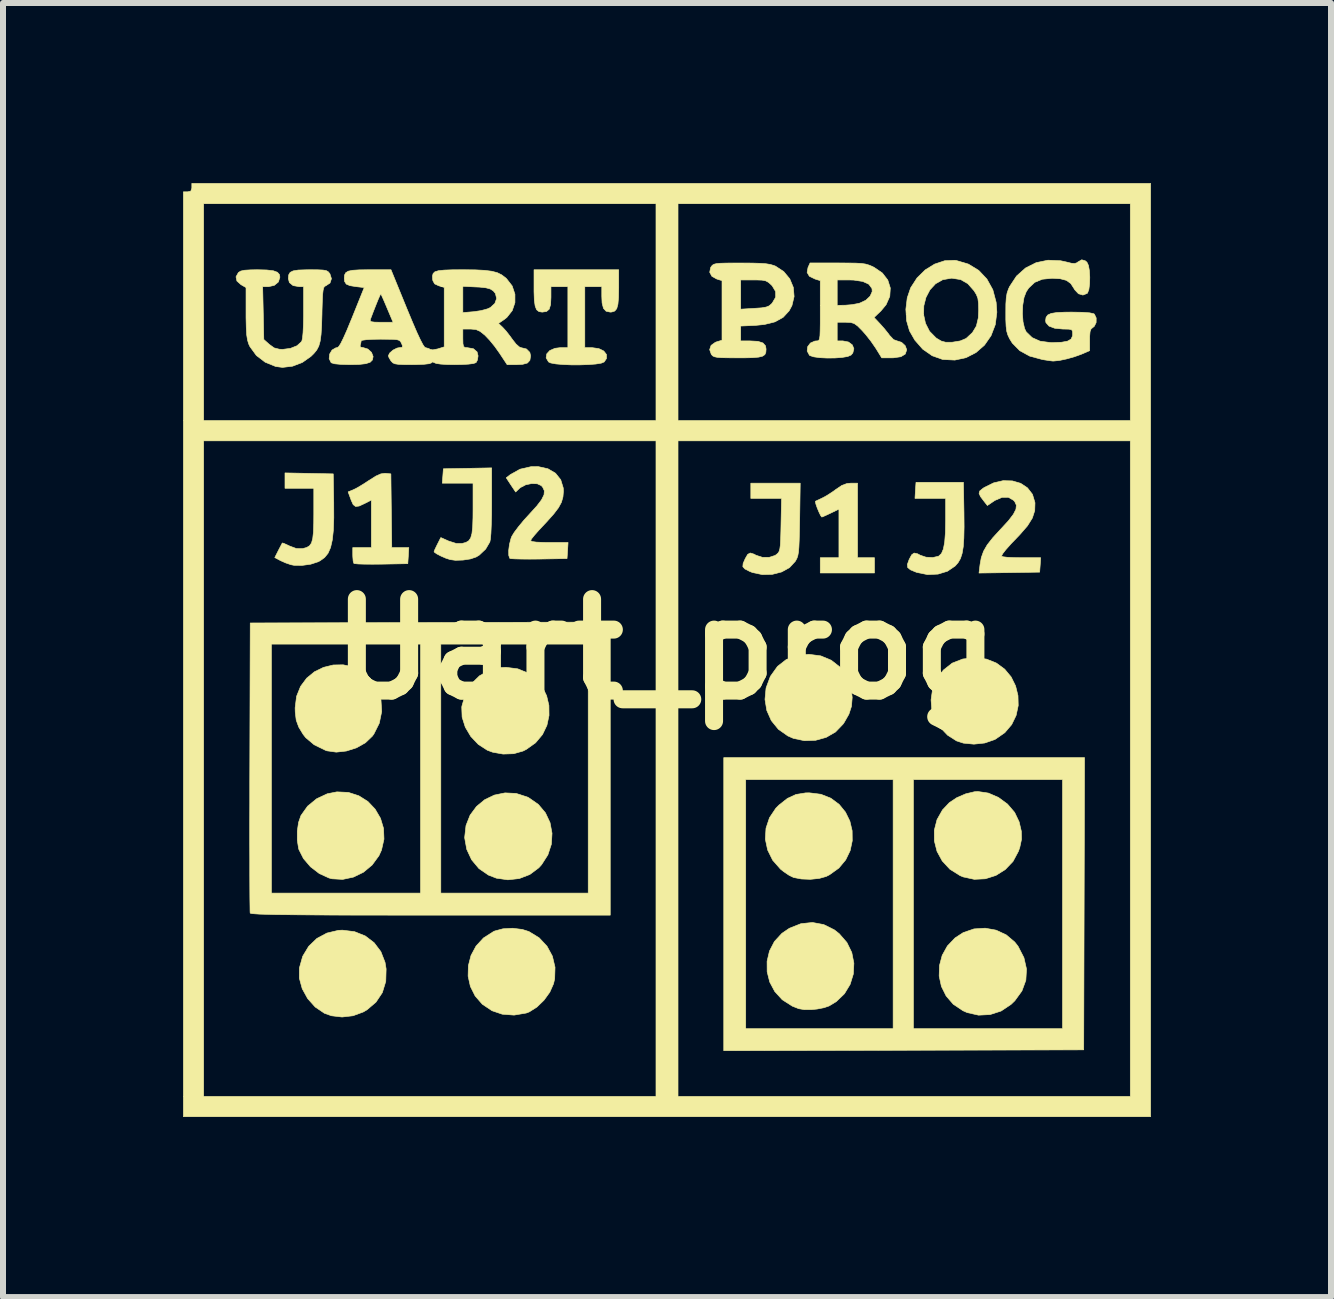
<source format=kicad_pcb>
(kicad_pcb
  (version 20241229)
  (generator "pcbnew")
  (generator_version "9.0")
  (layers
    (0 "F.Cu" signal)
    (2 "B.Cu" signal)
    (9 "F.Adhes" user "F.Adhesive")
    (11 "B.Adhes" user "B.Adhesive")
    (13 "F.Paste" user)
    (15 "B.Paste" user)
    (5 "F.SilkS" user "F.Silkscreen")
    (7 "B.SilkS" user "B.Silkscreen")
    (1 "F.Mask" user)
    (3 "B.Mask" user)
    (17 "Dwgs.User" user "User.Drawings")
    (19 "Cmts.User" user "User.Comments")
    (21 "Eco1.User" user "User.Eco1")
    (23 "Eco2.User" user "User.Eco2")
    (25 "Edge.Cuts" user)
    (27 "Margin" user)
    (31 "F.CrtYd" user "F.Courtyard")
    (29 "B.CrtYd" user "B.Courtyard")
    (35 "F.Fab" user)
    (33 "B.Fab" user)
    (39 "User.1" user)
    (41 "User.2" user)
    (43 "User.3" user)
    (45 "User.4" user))
  (footprint "Uart_prog"
    (layer "F.Cu")
    (at 8.048 7.766)
    (property "Reference" "Uart_prog" (at 0 0 0) (layer "F.SilkS") (effects (font (size 1.524 1.524) (thickness 0.3))))
    (attr through_hole)
    (fp_poly (pts (xy 6.964 4.24) (xy 6.957 6.675) (xy 3.958 6.682) (xy 0.96 6.689) (xy 0.96 2.173) (xy 1.326 2.173) (xy 1.326 6.322) (xy 3.782 6.322) (xy 3.782 2.173) (xy 4.12 2.173) (xy 4.12 6.322) (xy 6.604 6.322) (xy 6.604 2.173) (xy 4.12 2.173) (xy 3.782 2.173) (xy 1.326 2.173) (xy 0.96 2.173) (xy 0.96 1.806) (xy 6.971 1.806) (xy 6.964 4.24)) (stroke (width 0.01) (type solid)) (fill yes) (layer "F.SilkS"))
    (fp_poly (pts (xy -5.191 4.706) (xy -5.013 4.777) (xy -4.865 4.89) (xy -4.753 5.038) (xy -4.683 5.217) (xy -4.665 5.327) (xy -4.671 5.535) (xy -4.728 5.721) (xy -4.834 5.88) (xy -4.984 6.008) (xy -5.048 6.045) (xy -5.217 6.107) (xy -5.399 6.128) (xy -5.576 6.107) (xy -5.692 6.066) (xy -5.847 5.961) (xy -5.973 5.82) (xy -6.063 5.656) (xy -6.111 5.48) (xy -6.11 5.311) (xy -6.055 5.116) (xy -5.955 4.95) (xy -5.819 4.819) (xy -5.651 4.729) (xy -5.46 4.684) (xy -5.392 4.681) (xy -5.191 4.706)) (stroke (width 0.01) (type solid)) (fill yes) (layer "F.SilkS"))
    (fp_poly (pts (xy 5.498 4.681) (xy 5.666 4.759) (xy 5.807 4.878) (xy 5.863 4.949) (xy 5.961 5.139) (xy 6.004 5.329) (xy 5.993 5.516) (xy 5.928 5.693) (xy 5.81 5.856) (xy 5.746 5.918) (xy 5.581 6.028) (xy 5.398 6.087) (xy 5.205 6.097) (xy 5.015 6.054) (xy 4.945 6.023) (xy 4.784 5.915) (xy 4.665 5.777) (xy 4.586 5.618) (xy 4.549 5.446) (xy 4.554 5.271) (xy 4.599 5.101) (xy 4.686 4.944) (xy 4.814 4.81) (xy 4.949 4.722) (xy 5.129 4.66) (xy 5.315 4.648) (xy 5.498 4.681)) (stroke (width 0.01) (type solid)) (fill yes) (layer "F.SilkS"))
    (fp_poly (pts (xy -2.498 2.403) (xy -2.312 2.463) (xy -2.29 2.474) (xy -2.13 2.585) (xy -2.011 2.726) (xy -1.934 2.89) (xy -1.901 3.067) (xy -1.912 3.249) (xy -1.97 3.426) (xy -2.075 3.59) (xy -2.122 3.642) (xy -2.272 3.754) (xy -2.447 3.821) (xy -2.636 3.842) (xy -2.827 3.815) (xy -2.961 3.763) (xy -3.118 3.655) (xy -3.241 3.508) (xy -3.322 3.334) (xy -3.356 3.145) (xy -3.356 3.131) (xy -3.334 2.937) (xy -3.266 2.765) (xy -3.159 2.62) (xy -3.022 2.507) (xy -2.861 2.43) (xy -2.684 2.394) (xy -2.498 2.403)) (stroke (width 0.01) (type solid)) (fill yes) (layer "F.SilkS"))
    (fp_poly (pts (xy 2.576 0.111) (xy 2.751 0.184) (xy 2.898 0.299) (xy 3.009 0.448) (xy 3.079 0.625) (xy 3.1 0.804) (xy 3.088 0.951) (xy 3.045 1.083) (xy 2.965 1.223) (xy 2.946 1.25) (xy 2.822 1.379) (xy 2.666 1.469) (xy 2.489 1.518) (xy 2.303 1.524) (xy 2.119 1.485) (xy 2.028 1.445) (xy 1.87 1.334) (xy 1.752 1.189) (xy 1.677 1.02) (xy 1.647 0.836) (xy 1.665 0.646) (xy 1.734 0.46) (xy 1.741 0.447) (xy 1.856 0.286) (xy 2.002 0.172) (xy 2.18 0.105) (xy 2.378 0.085) (xy 2.576 0.111)) (stroke (width 0.01) (type solid)) (fill yes) (layer "F.SilkS"))
    (fp_poly (pts (xy 3.189 -1.524) (xy 3.471 -1.524) (xy 3.471 -1.27) (xy 2.568 -1.27) (xy 2.568 -1.524) (xy 2.879 -1.524) (xy 2.879 -2.334) (xy 2.745 -2.269) (xy 2.666 -2.232) (xy 2.61 -2.207) (xy 2.593 -2.202) (xy 2.575 -2.225) (xy 2.548 -2.281) (xy 2.518 -2.352) (xy 2.495 -2.418) (xy 2.486 -2.46) (xy 2.488 -2.465) (xy 2.517 -2.479) (xy 2.579 -2.508) (xy 2.596 -2.516) (xy 2.676 -2.559) (xy 2.772 -2.621) (xy 2.83 -2.663) (xy 2.928 -2.729) (xy 3.012 -2.76) (xy 3.076 -2.766) (xy 3.189 -2.766) (xy 3.189 -1.524)) (stroke (width 0.01) (type solid)) (fill yes) (layer "F.SilkS"))
    (fp_poly (pts (xy 5.338 0.165) (xy 5.504 0.232) (xy 5.641 0.333) (xy 5.748 0.462) (xy 5.822 0.612) (xy 5.862 0.773) (xy 5.866 0.939) (xy 5.831 1.103) (xy 5.757 1.256) (xy 5.642 1.391) (xy 5.483 1.501) (xy 5.47 1.507) (xy 5.307 1.563) (xy 5.128 1.582) (xy 4.953 1.565) (xy 4.839 1.528) (xy 4.69 1.433) (xy 4.559 1.296) (xy 4.48 1.175) (xy 4.427 1.02) (xy 4.414 0.844) (xy 4.439 0.667) (xy 4.499 0.515) (xy 4.618 0.349) (xy 4.766 0.232) (xy 4.943 0.163) (xy 5.144 0.141) (xy 5.338 0.165)) (stroke (width 0.01) (type solid)) (fill yes) (layer "F.SilkS"))
    (fp_poly (pts (xy -5.293 2.386) (xy -5.12 2.442) (xy -4.969 2.537) (xy -4.848 2.665) (xy -4.759 2.817) (xy -4.708 2.986) (xy -4.701 3.165) (xy -4.742 3.346) (xy -4.785 3.441) (xy -4.898 3.595) (xy -5.043 3.716) (xy -5.21 3.797) (xy -5.388 3.835) (xy -5.566 3.825) (xy -5.616 3.812) (xy -5.778 3.738) (xy -5.924 3.626) (xy -6.042 3.488) (xy -6.118 3.338) (xy -6.124 3.316) (xy -6.145 3.182) (xy -6.145 3.031) (xy -6.124 2.886) (xy -6.084 2.771) (xy -5.973 2.615) (xy -5.823 2.492) (xy -5.646 2.409) (xy -5.485 2.377) (xy -5.293 2.386)) (stroke (width 0.01) (type solid)) (fill yes) (layer "F.SilkS"))
    (fp_poly (pts (xy -2.472 0.327) (xy -2.306 0.395) (xy -2.169 0.497) (xy -2.064 0.626) (xy -1.991 0.776) (xy -1.953 0.937) (xy -1.951 1.104) (xy -1.986 1.268) (xy -2.06 1.422) (xy -2.175 1.559) (xy -2.331 1.67) (xy -2.385 1.697) (xy -2.54 1.741) (xy -2.716 1.747) (xy -2.89 1.716) (xy -2.979 1.683) (xy -3.129 1.586) (xy -3.254 1.454) (xy -3.346 1.299) (xy -3.399 1.132) (xy -3.405 0.967) (xy -3.403 0.95) (xy -3.345 0.748) (xy -3.246 0.577) (xy -3.11 0.444) (xy -2.944 0.351) (xy -2.752 0.306) (xy -2.667 0.302) (xy -2.472 0.327)) (stroke (width 0.01) (type solid)) (fill yes) (layer "F.SilkS"))
    (fp_poly (pts (xy -2.396 4.669) (xy -2.286 4.704) (xy -2.116 4.808) (xy -1.985 4.948) (xy -1.895 5.114) (xy -1.851 5.299) (xy -1.857 5.492) (xy -1.876 5.574) (xy -1.938 5.714) (xy -2.035 5.848) (xy -2.154 5.963) (xy -2.281 6.043) (xy -2.332 6.062) (xy -2.533 6.096) (xy -2.73 6.081) (xy -2.901 6.023) (xy -3.062 5.915) (xy -3.182 5.777) (xy -3.261 5.619) (xy -3.299 5.448) (xy -3.295 5.273) (xy -3.251 5.103) (xy -3.167 4.946) (xy -3.043 4.811) (xy -2.879 4.706) (xy -2.856 4.695) (xy -2.718 4.658) (xy -2.557 4.649) (xy -2.396 4.669)) (stroke (width 0.01) (type solid)) (fill yes) (layer "F.SilkS"))
    (fp_poly (pts (xy 2.626 4.588) (xy 2.803 4.676) (xy 2.884 4.74) (xy 3.012 4.887) (xy 3.093 5.053) (xy 3.128 5.231) (xy 3.119 5.411) (xy 3.066 5.583) (xy 2.971 5.74) (xy 2.835 5.871) (xy 2.714 5.944) (xy 2.629 5.973) (xy 2.516 5.995) (xy 2.427 6.004) (xy 2.305 6.005) (xy 2.209 5.989) (xy 2.11 5.95) (xy 2.101 5.946) (xy 1.935 5.84) (xy 1.81 5.703) (xy 1.726 5.545) (xy 1.683 5.374) (xy 1.682 5.199) (xy 1.722 5.028) (xy 1.804 4.87) (xy 1.929 4.734) (xy 2.054 4.649) (xy 2.246 4.573) (xy 2.438 4.553) (xy 2.626 4.588)) (stroke (width 0.01) (type solid)) (fill yes) (layer "F.SilkS"))
    (fp_poly (pts (xy 5.369 2.397) (xy 5.537 2.47) (xy 5.687 2.58) (xy 5.806 2.719) (xy 5.882 2.878) (xy 5.882 2.88) (xy 5.918 3.034) (xy 5.921 3.167) (xy 5.892 3.302) (xy 5.87 3.366) (xy 5.779 3.536) (xy 5.65 3.671) (xy 5.494 3.769) (xy 5.318 3.825) (xy 5.134 3.834) (xy 4.95 3.794) (xy 4.897 3.772) (xy 4.728 3.666) (xy 4.6 3.528) (xy 4.513 3.368) (xy 4.469 3.194) (xy 4.468 3.016) (xy 4.513 2.84) (xy 4.604 2.678) (xy 4.718 2.557) (xy 4.842 2.474) (xy 4.99 2.41) (xy 5.136 2.375) (xy 5.193 2.371) (xy 5.369 2.397)) (stroke (width 0.01) (type solid)) (fill yes) (layer "F.SilkS"))
    (fp_poly (pts (xy -5.217 0.295) (xy -5.064 0.369) (xy -4.929 0.484) (xy -4.82 0.643) (xy -4.814 0.655) (xy -4.751 0.843) (xy -4.739 1.039) (xy -4.779 1.233) (xy -4.869 1.413) (xy -4.895 1.449) (xy -5.01 1.559) (xy -5.159 1.643) (xy -5.326 1.696) (xy -5.496 1.715) (xy -5.652 1.693) (xy -5.676 1.684) (xy -5.864 1.592) (xy -6.005 1.473) (xy -6.048 1.418) (xy -6.121 1.297) (xy -6.163 1.182) (xy -6.179 1.049) (xy -6.181 0.977) (xy -6.157 0.785) (xy -6.09 0.619) (xy -5.988 0.482) (xy -5.859 0.376) (xy -5.709 0.303) (xy -5.547 0.263) (xy -5.381 0.26) (xy -5.217 0.295)) (stroke (width 0.01) (type solid)) (fill yes) (layer "F.SilkS"))
    (fp_poly (pts (xy 2.579 2.417) (xy 2.746 2.484) (xy 2.883 2.586) (xy 2.988 2.715) (xy 3.061 2.864) (xy 3.099 3.025) (xy 3.101 3.192) (xy 3.066 3.356) (xy 2.992 3.509) (xy 2.878 3.646) (xy 2.722 3.758) (xy 2.667 3.786) (xy 2.55 3.819) (xy 2.403 3.834) (xy 2.252 3.828) (xy 2.123 3.803) (xy 2.049 3.767) (xy 1.96 3.707) (xy 1.906 3.664) (xy 1.775 3.515) (xy 1.691 3.345) (xy 1.653 3.165) (xy 1.664 2.982) (xy 1.722 2.808) (xy 1.828 2.649) (xy 1.88 2.597) (xy 2.022 2.485) (xy 2.164 2.42) (xy 2.324 2.394) (xy 2.385 2.393) (xy 2.579 2.417)) (stroke (width 0.01) (type solid)) (fill yes) (layer "F.SilkS"))
    (fp_poly (pts (xy -4.675 -2.93) (xy -4.586 -2.921) (xy -4.571 -1.693) (xy -4.287 -1.693) (xy -4.295 -1.559) (xy -4.304 -1.425) (xy -4.743 -1.417) (xy -4.895 -1.416) (xy -5.027 -1.417) (xy -5.128 -1.42) (xy -5.189 -1.426) (xy -5.202 -1.429) (xy -5.214 -1.467) (xy -5.22 -1.54) (xy -5.221 -1.571) (xy -5.221 -1.693) (xy -4.911 -1.693) (xy -4.911 -2.485) (xy -5.022 -2.428) (xy -5.115 -2.385) (xy -5.174 -2.378) (xy -5.214 -2.409) (xy -5.248 -2.484) (xy -5.252 -2.496) (xy -5.298 -2.621) (xy -5.21 -2.657) (xy -5.143 -2.691) (xy -5.05 -2.747) (xy -4.95 -2.812) (xy -4.943 -2.816) (xy -4.834 -2.885) (xy -4.753 -2.921) (xy -4.687 -2.93) (xy -4.675 -2.93)) (stroke (width 0.01) (type solid)) (fill yes) (layer "F.SilkS"))
    (fp_poly (pts (xy 8.072 7.789) (xy -8.043 7.789) (xy -8.043 -3.471) (xy -7.705 -3.471) (xy -7.705 7.451) (xy -0.169 7.451) (xy -0.169 -3.471) (xy 0.198 -3.471) (xy 0.198 7.451) (xy 7.733 7.451) (xy 7.733 -3.471) (xy 0.198 -3.471) (xy -0.169 -3.471) (xy -7.705 -3.471) (xy -8.043 -3.471) (xy -8.043 -7.422) (xy -7.705 -7.422) (xy -7.705 -3.81) (xy -0.169 -3.81) (xy -0.169 -7.422) (xy 0.198 -7.422) (xy 0.198 -3.81) (xy 7.733 -3.81) (xy 7.733 -7.422) (xy 0.198 -7.422) (xy -0.169 -7.422) (xy -7.705 -7.422) (xy -8.043 -7.422) (xy -8.043 -7.62) (xy -7.973 -7.62) (xy -7.919 -7.632) (xy -7.903 -7.678) (xy -7.902 -7.691) (xy -7.902 -7.761) (xy 8.072 -7.761) (xy 8.072 7.789)) (stroke (width 0.01) (type solid)) (fill yes) (layer "F.SilkS"))
    (fp_poly (pts (xy 4.962 -2.272) (xy 4.964 -2.037) (xy 4.96 -1.852) (xy 4.95 -1.707) (xy 4.931 -1.595) (xy 4.903 -1.509) (xy 4.864 -1.442) (xy 4.816 -1.387) (xy 4.687 -1.299) (xy 4.529 -1.251) (xy 4.355 -1.243) (xy 4.178 -1.279) (xy 4.166 -1.283) (xy 4.072 -1.322) (xy 4.025 -1.36) (xy 4.019 -1.412) (xy 4.047 -1.489) (xy 4.049 -1.495) (xy 4.091 -1.573) (xy 4.132 -1.602) (xy 4.188 -1.59) (xy 4.233 -1.566) (xy 4.33 -1.533) (xy 4.442 -1.527) (xy 4.537 -1.549) (xy 4.544 -1.553) (xy 4.587 -1.594) (xy 4.619 -1.669) (xy 4.641 -1.784) (xy 4.653 -1.944) (xy 4.657 -2.152) (xy 4.657 -2.512) (xy 4.146 -2.512) (xy 4.154 -2.646) (xy 4.163 -2.78) (xy 4.953 -2.78) (xy 4.962 -2.272)) (stroke (width 0.01) (type solid)) (fill yes) (layer "F.SilkS"))
    (fp_poly (pts (xy -2.907 -2.444) (xy -2.908 -2.244) (xy -2.913 -2.07) (xy -2.919 -1.93) (xy -2.928 -1.832) (xy -2.937 -1.787) (xy -3.007 -1.668) (xy -3.113 -1.568) (xy -3.164 -1.537) (xy -3.26 -1.504) (xy -3.384 -1.485) (xy -3.51 -1.481) (xy -3.598 -1.493) (xy -3.672 -1.517) (xy -3.752 -1.552) (xy -3.821 -1.588) (xy -3.862 -1.617) (xy -3.866 -1.625) (xy -3.855 -1.656) (xy -3.825 -1.719) (xy -3.81 -1.749) (xy -3.754 -1.86) (xy -3.624 -1.802) (xy -3.498 -1.762) (xy -3.399 -1.762) (xy -3.335 -1.779) (xy -3.288 -1.807) (xy -3.256 -1.854) (xy -3.235 -1.928) (xy -3.223 -2.037) (xy -3.218 -2.189) (xy -3.217 -2.335) (xy -3.217 -2.766) (xy -3.729 -2.766) (xy -3.72 -2.886) (xy -3.711 -3.006) (xy -3.309 -3.013) (xy -2.907 -3.021) (xy -2.907 -2.444)) (stroke (width 0.01) (type solid)) (fill yes) (layer "F.SilkS"))
    (fp_poly (pts (xy 2.225 -2.166) (xy 2.221 -1.966) (xy 2.217 -1.814) (xy 2.212 -1.702) (xy 2.205 -1.621) (xy 2.195 -1.563) (xy 2.181 -1.519) (xy 2.162 -1.482) (xy 2.151 -1.463) (xy 2.055 -1.359) (xy 1.924 -1.287) (xy 1.769 -1.247) (xy 1.603 -1.243) (xy 1.44 -1.277) (xy 1.39 -1.297) (xy 1.312 -1.337) (xy 1.278 -1.375) (xy 1.283 -1.429) (xy 1.318 -1.509) (xy 1.359 -1.58) (xy 1.402 -1.603) (xy 1.464 -1.584) (xy 1.496 -1.566) (xy 1.601 -1.531) (xy 1.715 -1.53) (xy 1.815 -1.562) (xy 1.838 -1.578) (xy 1.864 -1.601) (xy 1.882 -1.629) (xy 1.894 -1.67) (xy 1.903 -1.735) (xy 1.908 -1.833) (xy 1.912 -1.973) (xy 1.914 -2.072) (xy 1.923 -2.512) (xy 1.411 -2.512) (xy 1.411 -2.766) (xy 2.234 -2.766) (xy 2.225 -2.166)) (stroke (width 0.01) (type solid)) (fill yes) (layer "F.SilkS"))
    (fp_poly (pts (xy -5.948 -2.929) (xy -5.546 -2.921) (xy -5.538 -2.444) (xy -5.537 -2.188) (xy -5.544 -1.982) (xy -5.562 -1.819) (xy -5.591 -1.693) (xy -5.633 -1.598) (xy -5.691 -1.527) (xy -5.766 -1.473) (xy -5.799 -1.456) (xy -5.922 -1.416) (xy -6.066 -1.396) (xy -6.201 -1.398) (xy -6.251 -1.408) (xy -6.337 -1.437) (xy -6.427 -1.477) (xy -6.428 -1.478) (xy -6.52 -1.526) (xy -6.46 -1.645) (xy -6.423 -1.716) (xy -6.399 -1.762) (xy -6.394 -1.77) (xy -6.369 -1.763) (xy -6.309 -1.736) (xy -6.271 -1.718) (xy -6.16 -1.677) (xy -6.062 -1.676) (xy -6.054 -1.677) (xy -5.99 -1.694) (xy -5.942 -1.722) (xy -5.909 -1.768) (xy -5.888 -1.842) (xy -5.876 -1.95) (xy -5.871 -2.1) (xy -5.87 -2.25) (xy -5.87 -2.681) (xy -6.35 -2.681) (xy -6.35 -2.937) (xy -5.948 -2.929)) (stroke (width 0.01) (type solid)) (fill yes) (layer "F.SilkS"))
    (fp_poly (pts (xy -0.931 4.431) (xy -3.924 4.431) (xy -4.418 4.431) (xy -4.859 4.43) (xy -5.249 4.43) (xy -5.59 4.429) (xy -5.885 4.427) (xy -6.138 4.425) (xy -6.35 4.423) (xy -6.524 4.421) (xy -6.664 4.417) (xy -6.771 4.414) (xy -6.848 4.409) (xy -6.898 4.405) (xy -6.925 4.399) (xy -6.93 4.396) (xy -6.932 4.363) (xy -6.933 4.277) (xy -6.935 4.144) (xy -6.936 3.967) (xy -6.937 3.75) (xy -6.937 3.497) (xy -6.938 3.214) (xy -6.938 2.902) (xy -6.937 2.568) (xy -6.937 2.215) (xy -6.936 1.961) (xy -6.93 -0.085) (xy -6.576 -0.085) (xy -6.576 4.064) (xy -4.092 4.064) (xy -4.092 -0.085) (xy -3.754 -0.085) (xy -3.754 4.064) (xy -1.298 4.064) (xy -1.298 -0.085) (xy -3.754 -0.085) (xy -4.092 -0.085) (xy -6.576 -0.085) (xy -6.93 -0.085) (xy -6.929 -0.437) (xy -3.93 -0.445) (xy -0.931 -0.452) (xy -0.931 4.431)) (stroke (width 0.01) (type solid)) (fill yes) (layer "F.SilkS"))
    (fp_poly (pts (xy -0.79 -6.024) (xy -0.793 -5.862) (xy -0.803 -5.748) (xy -0.823 -5.674) (xy -0.856 -5.634) (xy -0.905 -5.618) (xy -0.931 -5.616) (xy -1 -5.631) (xy -1.044 -5.679) (xy -1.067 -5.768) (xy -1.072 -5.882) (xy -1.072 -6.04) (xy -1.355 -6.04) (xy -1.355 -5.024) (xy -1.234 -5.024) (xy -1.121 -5.008) (xy -1.039 -4.968) (xy -0.994 -4.91) (xy -0.994 -4.843) (xy -1.032 -4.786) (xy -1.08 -4.766) (xy -1.172 -4.751) (xy -1.294 -4.742) (xy -1.435 -4.737) (xy -1.581 -4.737) (xy -1.719 -4.743) (xy -1.837 -4.753) (xy -1.923 -4.769) (xy -1.959 -4.786) (xy -1.999 -4.854) (xy -1.989 -4.92) (xy -1.938 -4.976) (xy -1.852 -5.013) (xy -1.764 -5.024) (xy -1.637 -5.024) (xy -1.637 -6.04) (xy -1.919 -6.04) (xy -1.919 -5.862) (xy -1.925 -5.741) (xy -1.948 -5.665) (xy -1.992 -5.627) (xy -2.064 -5.616) (xy -2.065 -5.616) (xy -2.119 -5.625) (xy -2.158 -5.656) (xy -2.182 -5.717) (xy -2.196 -5.815) (xy -2.201 -5.96) (xy -2.201 -6.024) (xy -2.201 -6.322) (xy -0.79 -6.322) (xy -0.79 -6.024)) (stroke (width 0.01) (type solid)) (fill yes) (layer "F.SilkS"))
    (fp_poly (pts (xy 5.768 -2.804) (xy 5.906 -2.764) (xy 6.02 -2.688) (xy 6.103 -2.581) (xy 6.144 -2.445) (xy 6.145 -2.434) (xy 6.141 -2.308) (xy 6.101 -2.185) (xy 6.02 -2.055) (xy 5.893 -1.909) (xy 5.88 -1.895) (xy 5.75 -1.76) (xy 5.66 -1.659) (xy 5.607 -1.591) (xy 5.588 -1.552) (xy 5.588 -1.55) (xy 5.614 -1.54) (xy 5.686 -1.531) (xy 5.793 -1.526) (xy 5.914 -1.524) (xy 6.24 -1.524) (xy 6.232 -1.404) (xy 6.223 -1.284) (xy 5.718 -1.276) (xy 5.213 -1.269) (xy 5.23 -1.41) (xy 5.251 -1.527) (xy 5.289 -1.633) (xy 5.35 -1.739) (xy 5.442 -1.856) (xy 5.571 -1.997) (xy 5.58 -2.006) (xy 5.704 -2.141) (xy 5.785 -2.247) (xy 5.828 -2.331) (xy 5.835 -2.399) (xy 5.809 -2.457) (xy 5.788 -2.481) (xy 5.702 -2.531) (xy 5.596 -2.53) (xy 5.478 -2.479) (xy 5.46 -2.467) (xy 5.352 -2.394) (xy 5.3 -2.46) (xy 5.238 -2.542) (xy 5.214 -2.596) (xy 5.225 -2.636) (xy 5.274 -2.676) (xy 5.298 -2.693) (xy 5.456 -2.771) (xy 5.615 -2.808) (xy 5.768 -2.804)) (stroke (width 0.01) (type solid)) (fill yes) (layer "F.SilkS"))
    (fp_poly (pts (xy -1.969 -3.006) (xy -1.843 -2.932) (xy -1.756 -2.823) (xy -1.714 -2.686) (xy -1.711 -2.632) (xy -1.719 -2.537) (xy -1.744 -2.449) (xy -1.793 -2.358) (xy -1.872 -2.254) (xy -1.986 -2.126) (xy -2.034 -2.075) (xy -2.123 -1.98) (xy -2.195 -1.898) (xy -2.243 -1.838) (xy -2.258 -1.81) (xy -2.234 -1.794) (xy -2.162 -1.784) (xy -2.038 -1.779) (xy -1.946 -1.778) (xy -1.634 -1.778) (xy -1.642 -1.644) (xy -1.651 -1.51) (xy -2.118 -1.502) (xy -2.275 -1.501) (xy -2.412 -1.502) (xy -2.519 -1.505) (xy -2.587 -1.509) (xy -2.605 -1.514) (xy -2.622 -1.563) (xy -2.623 -1.647) (xy -2.61 -1.747) (xy -2.585 -1.844) (xy -2.571 -1.88) (xy -2.53 -1.947) (xy -2.46 -2.04) (xy -2.37 -2.149) (xy -2.275 -2.253) (xy -2.154 -2.386) (xy -2.075 -2.49) (xy -2.034 -2.573) (xy -2.029 -2.64) (xy -2.056 -2.698) (xy -2.079 -2.725) (xy -2.146 -2.756) (xy -2.24 -2.76) (xy -2.34 -2.739) (xy -2.426 -2.694) (xy -2.441 -2.682) (xy -2.507 -2.619) (xy -2.586 -2.737) (xy -2.664 -2.856) (xy -2.595 -2.909) (xy -2.434 -2.999) (xy -2.251 -3.041) (xy -2.13 -3.042) (xy -1.969 -3.006)) (stroke (width 0.01) (type solid)) (fill yes) (layer "F.SilkS"))
    (fp_poly (pts (xy 4.834 -6.476) (xy 5.036 -6.416) (xy 5.208 -6.311) (xy 5.344 -6.167) (xy 5.443 -5.988) (xy 5.498 -5.78) (xy 5.51 -5.614) (xy 5.484 -5.408) (xy 5.413 -5.223) (xy 5.304 -5.066) (xy 5.162 -4.942) (xy 4.996 -4.857) (xy 4.81 -4.817) (xy 4.613 -4.827) (xy 4.605 -4.828) (xy 4.433 -4.889) (xy 4.275 -4.999) (xy 4.143 -5.15) (xy 4.055 -5.304) (xy 4.006 -5.473) (xy 4 -5.573) (xy 4.29 -5.573) (xy 4.321 -5.429) (xy 4.388 -5.297) (xy 4.495 -5.188) (xy 4.512 -5.176) (xy 4.585 -5.133) (xy 4.657 -5.114) (xy 4.755 -5.114) (xy 4.771 -5.115) (xy 4.9 -5.136) (xy 4.995 -5.176) (xy 5.001 -5.18) (xy 5.104 -5.276) (xy 5.169 -5.384) (xy 5.201 -5.52) (xy 5.207 -5.645) (xy 5.204 -5.763) (xy 5.194 -5.844) (xy 5.17 -5.907) (xy 5.13 -5.972) (xy 5.026 -6.09) (xy 4.907 -6.158) (xy 4.762 -6.181) (xy 4.751 -6.181) (xy 4.608 -6.156) (xy 4.488 -6.088) (xy 4.395 -5.987) (xy 4.329 -5.861) (xy 4.293 -5.72) (xy 4.29 -5.573) (xy 4 -5.573) (xy 3.994 -5.663) (xy 4.017 -5.853) (xy 4.074 -6.021) (xy 4.18 -6.185) (xy 4.316 -6.319) (xy 4.473 -6.416) (xy 4.641 -6.472) (xy 4.809 -6.479) (xy 4.834 -6.476)) (stroke (width 0.01) (type solid)) (fill yes) (layer "F.SilkS"))
    (fp_poly (pts (xy 1.25 -6.434) (xy 1.431 -6.433) (xy 1.565 -6.429) (xy 1.663 -6.422) (xy 1.736 -6.41) (xy 1.793 -6.393) (xy 1.822 -6.382) (xy 1.96 -6.291) (xy 2.06 -6.17) (xy 2.119 -6.028) (xy 2.132 -5.876) (xy 2.096 -5.725) (xy 2.049 -5.637) (xy 1.949 -5.529) (xy 1.814 -5.454) (xy 1.638 -5.41) (xy 1.489 -5.395) (xy 1.242 -5.384) (xy 1.242 -5.136) (xy 1.399 -5.136) (xy 1.53 -5.129) (xy 1.613 -5.102) (xy 1.656 -5.054) (xy 1.665 -5) (xy 1.661 -4.946) (xy 1.645 -4.908) (xy 1.607 -4.882) (xy 1.541 -4.866) (xy 1.438 -4.857) (xy 1.29 -4.854) (xy 1.195 -4.854) (xy 1.036 -4.855) (xy 0.924 -4.857) (xy 0.85 -4.863) (xy 0.803 -4.873) (xy 0.774 -4.888) (xy 0.754 -4.911) (xy 0.752 -4.914) (xy 0.725 -4.991) (xy 0.749 -5.062) (xy 0.82 -5.113) (xy 0.842 -5.121) (xy 0.931 -5.148) (xy 0.931 -6.141) (xy 0.893 -6.152) (xy 1.242 -6.152) (xy 1.242 -5.665) (xy 1.472 -5.679) (xy 1.59 -5.687) (xy 1.666 -5.7) (xy 1.716 -5.72) (xy 1.755 -5.753) (xy 1.769 -5.769) (xy 1.825 -5.865) (xy 1.824 -5.959) (xy 1.768 -6.053) (xy 1.752 -6.07) (xy 1.705 -6.112) (xy 1.659 -6.137) (xy 1.596 -6.149) (xy 1.5 -6.152) (xy 1.456 -6.152) (xy 1.242 -6.152) (xy 0.893 -6.152) (xy 0.842 -6.168) (xy 0.762 -6.213) (xy 0.726 -6.28) (xy 0.741 -6.357) (xy 0.752 -6.375) (xy 0.77 -6.397) (xy 0.796 -6.413) (xy 0.837 -6.424) (xy 0.903 -6.43) (xy 1.002 -6.433) (xy 1.144 -6.434) (xy 1.25 -6.434)) (stroke (width 0.01) (type solid)) (fill yes) (layer "F.SilkS"))
    (fp_poly (pts (xy -5.804 -6.321) (xy -5.718 -6.317) (xy -5.664 -6.308) (xy -5.631 -6.29) (xy -5.607 -6.262) (xy -5.601 -6.253) (xy -5.576 -6.173) (xy -5.6 -6.101) (xy -5.669 -6.055) (xy -5.67 -6.055) (xy -5.69 -6.044) (xy -5.705 -6.022) (xy -5.715 -5.979) (xy -5.723 -5.908) (xy -5.728 -5.8) (xy -5.733 -5.647) (xy -5.734 -5.58) (xy -5.74 -5.388) (xy -5.749 -5.242) (xy -5.764 -5.132) (xy -5.787 -5.05) (xy -5.821 -4.985) (xy -5.869 -4.926) (xy -5.917 -4.879) (xy -6.06 -4.778) (xy -6.224 -4.715) (xy -6.391 -4.695) (xy -6.505 -4.71) (xy -6.681 -4.782) (xy -6.827 -4.894) (xy -6.934 -5.041) (xy -6.955 -5.086) (xy -6.974 -5.149) (xy -6.988 -5.237) (xy -6.995 -5.36) (xy -6.999 -5.526) (xy -6.999 -5.608) (xy -6.999 -6.025) (xy -7.084 -6.074) (xy -7.151 -6.134) (xy -7.166 -6.204) (xy -7.126 -6.276) (xy -7.124 -6.277) (xy -7.087 -6.3) (xy -7.024 -6.314) (xy -6.923 -6.32) (xy -6.812 -6.322) (xy -6.654 -6.318) (xy -6.544 -6.305) (xy -6.476 -6.28) (xy -6.442 -6.241) (xy -6.435 -6.198) (xy -6.46 -6.118) (xy -6.528 -6.062) (xy -6.625 -6.04) (xy -6.63 -6.04) (xy -6.722 -6.04) (xy -6.712 -5.6) (xy -6.703 -5.16) (xy -6.611 -5.078) (xy -6.531 -5.02) (xy -6.445 -4.998) (xy -6.39 -4.995) (xy -6.259 -5.012) (xy -6.149 -5.056) (xy -6.076 -5.123) (xy -6.069 -5.135) (xy -6.058 -5.182) (xy -6.049 -5.275) (xy -6.043 -5.402) (xy -6.04 -5.552) (xy -6.04 -5.614) (xy -6.04 -6.04) (xy -6.112 -6.04) (xy -6.215 -6.058) (xy -6.277 -6.109) (xy -6.294 -6.176) (xy -6.288 -6.237) (xy -6.264 -6.278) (xy -6.214 -6.303) (xy -6.129 -6.317) (xy -6 -6.321) (xy -5.936 -6.322) (xy -5.804 -6.321)) (stroke (width 0.01) (type solid)) (fill yes) (layer "F.SilkS"))
    (fp_poly (pts (xy 3.032 -6.434) (xy 3.159 -6.432) (xy 3.252 -6.427) (xy 3.321 -6.417) (xy 3.376 -6.401) (xy 3.43 -6.379) (xy 3.463 -6.363) (xy 3.602 -6.268) (xy 3.693 -6.15) (xy 3.735 -6.017) (xy 3.726 -5.878) (xy 3.665 -5.74) (xy 3.578 -5.635) (xy 3.464 -5.527) (xy 3.562 -5.423) (xy 3.636 -5.34) (xy 3.704 -5.255) (xy 3.723 -5.228) (xy 3.789 -5.158) (xy 3.85 -5.136) (xy 3.922 -5.113) (xy 3.982 -5.058) (xy 4.008 -4.99) (xy 4.008 -4.988) (xy 3.984 -4.917) (xy 3.911 -4.873) (xy 3.789 -4.855) (xy 3.756 -4.854) (xy 3.592 -4.854) (xy 3.492 -5.016) (xy 3.414 -5.129) (xy 3.322 -5.246) (xy 3.262 -5.313) (xy 3.189 -5.386) (xy 3.133 -5.426) (xy 3.076 -5.443) (xy 2.997 -5.447) (xy 2.992 -5.447) (xy 2.85 -5.447) (xy 2.85 -5.136) (xy 2.945 -5.136) (xy 3.038 -5.118) (xy 3.102 -5.07) (xy 3.128 -5.005) (xy 3.11 -4.935) (xy 3.081 -4.901) (xy 3.026 -4.877) (xy 2.931 -4.861) (xy 2.811 -4.852) (xy 2.682 -4.851) (xy 2.56 -4.857) (xy 2.459 -4.871) (xy 2.395 -4.892) (xy 2.387 -4.899) (xy 2.35 -4.968) (xy 2.358 -5.04) (xy 2.404 -5.101) (xy 2.479 -5.134) (xy 2.507 -5.136) (xy 2.529 -5.138) (xy 2.545 -5.148) (xy 2.556 -5.174) (xy 2.563 -5.224) (xy 2.566 -5.305) (xy 2.568 -5.426) (xy 2.568 -5.594) (xy 2.568 -5.639) (xy 2.568 -6.141) (xy 2.53 -6.152) (xy 2.85 -6.152) (xy 2.85 -5.729) (xy 2.985 -5.731) (xy 3.095 -5.74) (xy 3.203 -5.76) (xy 3.228 -5.767) (xy 3.327 -5.814) (xy 3.399 -5.882) (xy 3.433 -5.958) (xy 3.43 -6.008) (xy 3.378 -6.08) (xy 3.276 -6.127) (xy 3.125 -6.15) (xy 3.049 -6.152) (xy 2.85 -6.152) (xy 2.53 -6.152) (xy 2.479 -6.168) (xy 2.387 -6.213) (xy 2.349 -6.277) (xy 2.364 -6.36) (xy 2.365 -6.362) (xy 2.398 -6.435) (xy 2.858 -6.435) (xy 3.032 -6.434)) (stroke (width 0.01) (type solid)) (fill yes) (layer "F.SilkS"))
    (fp_poly (pts (xy 6.983 -6.471) (xy 7.011 -6.447) (xy 7.036 -6.394) (xy 7.052 -6.304) (xy 7.058 -6.196) (xy 7.055 -6.086) (xy 7.043 -5.993) (xy 7.021 -5.935) (xy 7.015 -5.928) (xy 6.944 -5.9) (xy 6.87 -5.922) (xy 6.807 -5.989) (xy 6.795 -6.01) (xy 6.741 -6.093) (xy 6.669 -6.145) (xy 6.566 -6.172) (xy 6.432 -6.18) (xy 6.268 -6.164) (xy 6.141 -6.112) (xy 6.041 -6.018) (xy 5.999 -5.955) (xy 5.962 -5.858) (xy 5.941 -5.73) (xy 5.936 -5.589) (xy 5.946 -5.454) (xy 5.972 -5.342) (xy 5.999 -5.287) (xy 6.098 -5.191) (xy 6.229 -5.132) (xy 6.399 -5.109) (xy 6.44 -5.108) (xy 6.588 -5.114) (xy 6.687 -5.132) (xy 6.746 -5.166) (xy 6.771 -5.219) (xy 6.773 -5.249) (xy 6.771 -5.297) (xy 6.755 -5.322) (xy 6.712 -5.332) (xy 6.628 -5.334) (xy 6.61 -5.334) (xy 6.475 -5.347) (xy 6.379 -5.383) (xy 6.328 -5.44) (xy 6.322 -5.475) (xy 6.33 -5.529) (xy 6.358 -5.568) (xy 6.415 -5.594) (xy 6.508 -5.609) (xy 6.645 -5.615) (xy 6.756 -5.616) (xy 6.934 -5.613) (xy 7.057 -5.604) (xy 7.124 -5.589) (xy 7.135 -5.582) (xy 7.165 -5.519) (xy 7.164 -5.442) (xy 7.133 -5.379) (xy 7.112 -5.362) (xy 7.08 -5.336) (xy 7.063 -5.291) (xy 7.056 -5.212) (xy 7.056 -5.153) (xy 7.056 -4.974) (xy 6.915 -4.913) (xy 6.803 -4.873) (xy 6.676 -4.837) (xy 6.555 -4.811) (xy 6.459 -4.801) (xy 6.438 -4.801) (xy 6.383 -4.808) (xy 6.299 -4.821) (xy 6.265 -4.827) (xy 6.057 -4.883) (xy 5.892 -4.973) (xy 5.768 -5.099) (xy 5.722 -5.173) (xy 5.693 -5.235) (xy 5.674 -5.299) (xy 5.664 -5.381) (xy 5.659 -5.495) (xy 5.659 -5.602) (xy 5.66 -5.749) (xy 5.667 -5.854) (xy 5.68 -5.932) (xy 5.703 -5.999) (xy 5.722 -6.041) (xy 5.838 -6.217) (xy 5.988 -6.351) (xy 6.165 -6.44) (xy 6.362 -6.481) (xy 6.572 -6.472) (xy 6.66 -6.453) (xy 6.753 -6.43) (xy 6.808 -6.426) (xy 6.845 -6.439) (xy 6.86 -6.451) (xy 6.924 -6.488) (xy 6.983 -6.471)) (stroke (width 0.01) (type solid)) (fill yes) (layer "F.SilkS"))
    (fp_poly (pts (xy -4.319 -5.673) (xy -4.227 -5.452) (xy -4.153 -5.28) (xy -4.095 -5.156) (xy -4.052 -5.074) (xy -4.022 -5.031) (xy -4.008 -5.024) (xy -3.951 -5.008) (xy -3.936 -4.997) (xy -3.888 -4.987) (xy -3.805 -5.003) (xy -3.803 -5.004) (xy -3.697 -5.037) (xy -3.697 -5.608) (xy -3.387 -5.608) (xy -3.205 -5.623) (xy -3.084 -5.641) (xy -2.977 -5.67) (xy -2.929 -5.692) (xy -2.854 -5.76) (xy -2.824 -5.843) (xy -2.844 -5.926) (xy -2.88 -5.97) (xy -2.929 -6.001) (xy -3.002 -6.021) (xy -3.112 -6.033) (xy -3.164 -6.035) (xy -3.387 -6.046) (xy -3.387 -5.608) (xy -3.697 -5.608) (xy -3.697 -6.028) (xy -3.789 -6.055) (xy -3.857 -6.087) (xy -3.886 -6.14) (xy -3.89 -6.161) (xy -3.893 -6.217) (xy -3.882 -6.259) (xy -3.852 -6.288) (xy -3.793 -6.306) (xy -3.699 -6.316) (xy -3.563 -6.321) (xy -3.382 -6.322) (xy -3.18 -6.32) (xy -3.024 -6.312) (xy -2.905 -6.297) (xy -2.813 -6.273) (xy -2.74 -6.237) (xy -2.674 -6.187) (xy -2.658 -6.172) (xy -2.565 -6.052) (xy -2.519 -5.915) (xy -2.519 -5.774) (xy -2.564 -5.641) (xy -2.654 -5.527) (xy -2.699 -5.492) (xy -2.793 -5.428) (xy -2.723 -5.362) (xy -2.667 -5.301) (xy -2.6 -5.215) (xy -2.561 -5.161) (xy -2.501 -5.084) (xy -2.445 -5.035) (xy -2.418 -5.024) (xy -2.327 -5.002) (xy -2.271 -4.945) (xy -2.258 -4.887) (xy -2.27 -4.813) (xy -2.311 -4.768) (xy -2.391 -4.746) (xy -2.487 -4.741) (xy -2.649 -4.741) (xy -2.778 -4.936) (xy -2.855 -5.044) (xy -2.94 -5.148) (xy -3.014 -5.226) (xy -3.02 -5.232) (xy -3.099 -5.295) (xy -3.168 -5.326) (xy -3.253 -5.334) (xy -3.26 -5.334) (xy -3.387 -5.334) (xy -3.387 -5.179) (xy -3.385 -5.09) (xy -3.375 -5.044) (xy -3.351 -5.026) (xy -3.314 -5.024) (xy -3.211 -5.006) (xy -3.15 -4.954) (xy -3.133 -4.887) (xy -3.144 -4.817) (xy -3.167 -4.775) (xy -3.209 -4.76) (xy -3.294 -4.749) (xy -3.405 -4.743) (xy -3.529 -4.741) (xy -3.651 -4.743) (xy -3.757 -4.75) (xy -3.831 -4.761) (xy -3.858 -4.772) (xy -3.892 -4.787) (xy -3.907 -4.772) (xy -3.945 -4.757) (xy -4.032 -4.747) (xy -4.162 -4.742) (xy -4.233 -4.741) (xy -4.37 -4.742) (xy -4.461 -4.746) (xy -4.519 -4.755) (xy -4.554 -4.771) (xy -4.578 -4.796) (xy -4.585 -4.804) (xy -4.617 -4.858) (xy -4.628 -4.889) (xy -4.605 -4.935) (xy -4.55 -4.983) (xy -4.483 -5.017) (xy -4.446 -5.024) (xy -4.398 -5.029) (xy -4.392 -5.055) (xy -4.408 -5.094) (xy -4.424 -5.125) (xy -4.446 -5.145) (xy -4.485 -5.157) (xy -4.551 -5.163) (xy -4.656 -5.164) (xy -4.76 -5.165) (xy -4.887 -5.163) (xy -4.99 -5.157) (xy -5.058 -5.148) (xy -5.08 -5.139) (xy -5.089 -5.091) (xy -5.097 -5.068) (xy -5.096 -5.034) (xy -5.049 -5.024) (xy -5.045 -5.024) (xy -4.97 -5.001) (xy -4.909 -4.946) (xy -4.882 -4.877) (xy -4.882 -4.875) (xy -4.893 -4.819) (xy -4.931 -4.781) (xy -5.004 -4.757) (xy -5.118 -4.744) (xy -5.26 -4.741) (xy -5.416 -4.745) (xy -5.523 -4.755) (xy -5.579 -4.772) (xy -5.582 -4.775) (xy -5.614 -4.841) (xy -5.606 -4.917) (xy -5.566 -4.984) (xy -5.503 -5.021) (xy -5.48 -5.024) (xy -5.456 -5.04) (xy -5.423 -5.09) (xy -5.378 -5.18) (xy -5.319 -5.312) (xy -5.254 -5.47) (xy -4.93 -5.47) (xy -4.911 -5.456) (xy -4.857 -5.449) (xy -4.758 -5.447) (xy -4.747 -5.447) (xy -4.549 -5.447) (xy -4.647 -5.679) (xy -4.691 -5.783) (xy -4.727 -5.865) (xy -4.749 -5.912) (xy -4.753 -5.919) (xy -4.766 -5.898) (xy -4.794 -5.836) (xy -4.832 -5.742) (xy -4.877 -5.628) (xy -4.924 -5.504) (xy -4.927 -5.496) (xy -4.93 -5.47) (xy -5.254 -5.47) (xy -5.244 -5.493) (xy -5.231 -5.525) (xy -5.03 -6.025) (xy -5.161 -6.04) (xy -5.268 -6.057) (xy -5.329 -6.083) (xy -5.357 -6.127) (xy -5.362 -6.177) (xy -5.358 -6.233) (xy -5.338 -6.272) (xy -5.296 -6.298) (xy -5.223 -6.313) (xy -5.111 -6.32) (xy -4.95 -6.322) (xy -4.939 -6.322) (xy -4.584 -6.322) (xy -4.319 -5.673)) (stroke (width 0.01) (type solid)) (fill yes) (layer "F.SilkS")))
  (gr_rect
    (start -3 -3)
    (end 19.125 18.56)
    (stroke (width 0.1) (type default))
    (fill no)
    (layer "Edge.Cuts")))
</source>
